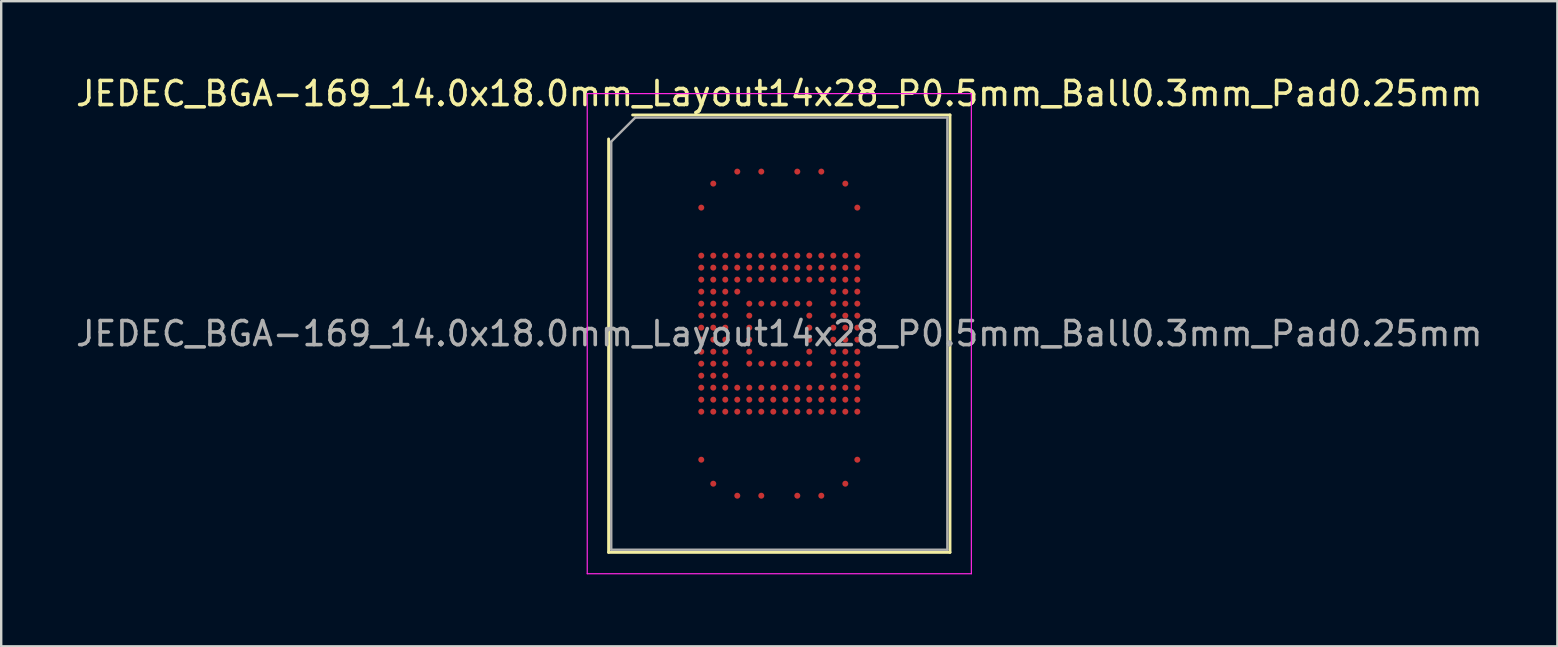
<source format=kicad_pcb>
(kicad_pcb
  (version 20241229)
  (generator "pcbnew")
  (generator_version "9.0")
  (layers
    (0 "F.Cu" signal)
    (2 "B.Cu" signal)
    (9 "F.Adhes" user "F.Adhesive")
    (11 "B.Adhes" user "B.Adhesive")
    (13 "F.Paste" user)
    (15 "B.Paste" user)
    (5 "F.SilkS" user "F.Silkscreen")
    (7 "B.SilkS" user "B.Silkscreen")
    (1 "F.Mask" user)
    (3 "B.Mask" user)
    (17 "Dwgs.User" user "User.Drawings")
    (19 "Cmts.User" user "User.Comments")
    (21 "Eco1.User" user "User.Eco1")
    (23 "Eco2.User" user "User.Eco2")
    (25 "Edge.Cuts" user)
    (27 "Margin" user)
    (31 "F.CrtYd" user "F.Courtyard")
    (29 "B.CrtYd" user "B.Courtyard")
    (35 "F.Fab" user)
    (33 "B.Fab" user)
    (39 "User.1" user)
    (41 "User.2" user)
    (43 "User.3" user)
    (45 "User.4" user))
  (footprint "JEDEC_BGA-169_14.0x18.0mm_Layout14x28_P0.5mm_Ball0.3mm_Pad0.25mm"
    (layer "F.Cu")
    (at 29.411 10.848)
    (property "Reference" "JEDEC_BGA-169_14.0x18.0mm_Layout14x28_P0.5mm_Ball0.3mm_Pad0.25mm" (at 0 -10 0) (layer "F.SilkS") (effects (font (size 1 1) (thickness 0.15))))
    (attr smd)
    (fp_line (start -7.11 9.11) (end -7.11 -8.11) (stroke (width 0.12) (type solid)) (layer "F.SilkS"))
    (fp_line (start -6.11 -9.11) (end 7.11 -9.11) (stroke (width 0.12) (type solid)) (layer "F.SilkS"))
    (fp_line (start 7.11 -9.11) (end 7.11 9.11) (stroke (width 0.12) (type solid)) (layer "F.SilkS"))
    (fp_line (start 7.11 9.11) (end -7.11 9.11) (stroke (width 0.12) (type solid)) (layer "F.SilkS"))
    (fp_line (start -8 -10) (end -8 10) (stroke (width 0.05) (type solid)) (layer "F.CrtYd"))
    (fp_line (start -8 10) (end 8 10) (stroke (width 0.05) (type solid)) (layer "F.CrtYd"))
    (fp_line (start 8 -10) (end -8 -10) (stroke (width 0.05) (type solid)) (layer "F.CrtYd"))
    (fp_line (start 8 10) (end 8 -10) (stroke (width 0.05) (type solid)) (layer "F.CrtYd"))
    (fp_line (start -7 -8) (end -6 -9) (stroke (width 0.1) (type solid)) (layer "F.Fab"))
    (fp_line (start -7 9) (end -7 -8) (stroke (width 0.1) (type solid)) (layer "F.Fab"))
    (fp_line (start -6 -9) (end 7 -9) (stroke (width 0.1) (type solid)) (layer "F.Fab"))
    (fp_line (start 7 -9) (end 7 9) (stroke (width 0.1) (type solid)) (layer "F.Fab"))
    (fp_line (start 7 9) (end -7 9) (stroke (width 0.1) (type solid)) (layer "F.Fab"))
    (fp_text user "${REFERENCE}" (at 0 0 0) (layer "F.Fab") (effects (font (size 1 1) (thickness 0.15))))
    (pad "A4" smd circle (at -1.75 -6.75) (size 0.25 0.25) (layers "F.Cu" "F.Mask" "F.Paste"))
    (pad "A6" smd circle (at -0.75 -6.75) (size 0.25 0.25) (layers "F.Cu" "F.Mask" "F.Paste"))
    (pad "A9" smd circle (at 0.75 -6.75) (size 0.25 0.25) (layers "F.Cu" "F.Mask" "F.Paste"))
    (pad "A11" smd circle (at 1.75 -6.75) (size 0.25 0.25) (layers "F.Cu" "F.Mask" "F.Paste"))
    (pad "AA1" smd circle (at -3.25 3.25) (size 0.25 0.25) (layers "F.Cu" "F.Mask" "F.Paste"))
    (pad "AA2" smd circle (at -2.75 3.25) (size 0.25 0.25) (layers "F.Cu" "F.Mask" "F.Paste"))
    (pad "AA3" smd circle (at -2.25 3.25) (size 0.25 0.25) (layers "F.Cu" "F.Mask" "F.Paste"))
    (pad "AA4" smd circle (at -1.75 3.25) (size 0.25 0.25) (layers "F.Cu" "F.Mask" "F.Paste"))
    (pad "AA5" smd circle (at -1.25 3.25) (size 0.25 0.25) (layers "F.Cu" "F.Mask" "F.Paste"))
    (pad "AA6" smd circle (at -0.75 3.25) (size 0.25 0.25) (layers "F.Cu" "F.Mask" "F.Paste"))
    (pad "AA7" smd circle (at -0.25 3.25) (size 0.25 0.25) (layers "F.Cu" "F.Mask" "F.Paste"))
    (pad "AA8" smd circle (at 0.25 3.25) (size 0.25 0.25) (layers "F.Cu" "F.Mask" "F.Paste"))
    (pad "AA9" smd circle (at 0.75 3.25) (size 0.25 0.25) (layers "F.Cu" "F.Mask" "F.Paste"))
    (pad "AA10" smd circle (at 1.25 3.25) (size 0.25 0.25) (layers "F.Cu" "F.Mask" "F.Paste"))
    (pad "AA11" smd circle (at 1.75 3.25) (size 0.25 0.25) (layers "F.Cu" "F.Mask" "F.Paste"))
    (pad "AA12" smd circle (at 2.25 3.25) (size 0.25 0.25) (layers "F.Cu" "F.Mask" "F.Paste"))
    (pad "AA13" smd circle (at 2.75 3.25) (size 0.25 0.25) (layers "F.Cu" "F.Mask" "F.Paste"))
    (pad "AA14" smd circle (at 3.25 3.25) (size 0.25 0.25) (layers "F.Cu" "F.Mask" "F.Paste"))
    (pad "AE1" smd circle (at -3.25 5.25) (size 0.25 0.25) (layers "F.Cu" "F.Mask" "F.Paste"))
    (pad "AE14" smd circle (at 3.25 5.25) (size 0.25 0.25) (layers "F.Cu" "F.Mask" "F.Paste"))
    (pad "AG2" smd circle (at -2.75 6.25) (size 0.25 0.25) (layers "F.Cu" "F.Mask" "F.Paste"))
    (pad "AG13" smd circle (at 2.75 6.25) (size 0.25 0.25) (layers "F.Cu" "F.Mask" "F.Paste"))
    (pad "AH4" smd circle (at -1.75 6.75) (size 0.25 0.25) (layers "F.Cu" "F.Mask" "F.Paste"))
    (pad "AH6" smd circle (at -0.75 6.75) (size 0.25 0.25) (layers "F.Cu" "F.Mask" "F.Paste"))
    (pad "AH9" smd circle (at 0.75 6.75) (size 0.25 0.25) (layers "F.Cu" "F.Mask" "F.Paste"))
    (pad "AH11" smd circle (at 1.75 6.75) (size 0.25 0.25) (layers "F.Cu" "F.Mask" "F.Paste"))
    (pad "B2" smd circle (at -2.75 -6.25) (size 0.25 0.25) (layers "F.Cu" "F.Mask" "F.Paste"))
    (pad "B13" smd circle (at 2.75 -6.25) (size 0.25 0.25) (layers "F.Cu" "F.Mask" "F.Paste"))
    (pad "D1" smd circle (at -3.25 -5.25) (size 0.25 0.25) (layers "F.Cu" "F.Mask" "F.Paste"))
    (pad "D14" smd circle (at 3.25 -5.25) (size 0.25 0.25) (layers "F.Cu" "F.Mask" "F.Paste"))
    (pad "H1" smd circle (at -3.25 -3.25) (size 0.25 0.25) (layers "F.Cu" "F.Mask" "F.Paste"))
    (pad "H2" smd circle (at -2.75 -3.25) (size 0.25 0.25) (layers "F.Cu" "F.Mask" "F.Paste"))
    (pad "H3" smd circle (at -2.25 -3.25) (size 0.25 0.25) (layers "F.Cu" "F.Mask" "F.Paste"))
    (pad "H4" smd circle (at -1.75 -3.25) (size 0.25 0.25) (layers "F.Cu" "F.Mask" "F.Paste"))
    (pad "H5" smd circle (at -1.25 -3.25) (size 0.25 0.25) (layers "F.Cu" "F.Mask" "F.Paste"))
    (pad "H6" smd circle (at -0.75 -3.25) (size 0.25 0.25) (layers "F.Cu" "F.Mask" "F.Paste"))
    (pad "H7" smd circle (at -0.25 -3.25) (size 0.25 0.25) (layers "F.Cu" "F.Mask" "F.Paste"))
    (pad "H8" smd circle (at 0.25 -3.25) (size 0.25 0.25) (layers "F.Cu" "F.Mask" "F.Paste"))
    (pad "H9" smd circle (at 0.75 -3.25) (size 0.25 0.25) (layers "F.Cu" "F.Mask" "F.Paste"))
    (pad "H10" smd circle (at 1.25 -3.25) (size 0.25 0.25) (layers "F.Cu" "F.Mask" "F.Paste"))
    (pad "H11" smd circle (at 1.75 -3.25) (size 0.25 0.25) (layers "F.Cu" "F.Mask" "F.Paste"))
    (pad "H12" smd circle (at 2.25 -3.25) (size 0.25 0.25) (layers "F.Cu" "F.Mask" "F.Paste"))
    (pad "H13" smd circle (at 2.75 -3.25) (size 0.25 0.25) (layers "F.Cu" "F.Mask" "F.Paste"))
    (pad "H14" smd circle (at 3.25 -3.25) (size 0.25 0.25) (layers "F.Cu" "F.Mask" "F.Paste"))
    (pad "J1" smd circle (at -3.25 -2.75) (size 0.25 0.25) (layers "F.Cu" "F.Mask" "F.Paste"))
    (pad "J2" smd circle (at -2.75 -2.75) (size 0.25 0.25) (layers "F.Cu" "F.Mask" "F.Paste"))
    (pad "J3" smd circle (at -2.25 -2.75) (size 0.25 0.25) (layers "F.Cu" "F.Mask" "F.Paste"))
    (pad "J4" smd circle (at -1.75 -2.75) (size 0.25 0.25) (layers "F.Cu" "F.Mask" "F.Paste"))
    (pad "J5" smd circle (at -1.25 -2.75) (size 0.25 0.25) (layers "F.Cu" "F.Mask" "F.Paste"))
    (pad "J6" smd circle (at -0.75 -2.75) (size 0.25 0.25) (layers "F.Cu" "F.Mask" "F.Paste"))
    (pad "J7" smd circle (at -0.25 -2.75) (size 0.25 0.25) (layers "F.Cu" "F.Mask" "F.Paste"))
    (pad "J8" smd circle (at 0.25 -2.75) (size 0.25 0.25) (layers "F.Cu" "F.Mask" "F.Paste"))
    (pad "J9" smd circle (at 0.75 -2.75) (size 0.25 0.25) (layers "F.Cu" "F.Mask" "F.Paste"))
    (pad "J10" smd circle (at 1.25 -2.75) (size 0.25 0.25) (layers "F.Cu" "F.Mask" "F.Paste"))
    (pad "J11" smd circle (at 1.75 -2.75) (size 0.25 0.25) (layers "F.Cu" "F.Mask" "F.Paste"))
    (pad "J12" smd circle (at 2.25 -2.75) (size 0.25 0.25) (layers "F.Cu" "F.Mask" "F.Paste"))
    (pad "J13" smd circle (at 2.75 -2.75) (size 0.25 0.25) (layers "F.Cu" "F.Mask" "F.Paste"))
    (pad "J14" smd circle (at 3.25 -2.75) (size 0.25 0.25) (layers "F.Cu" "F.Mask" "F.Paste"))
    (pad "K1" smd circle (at -3.25 -2.25) (size 0.25 0.25) (layers "F.Cu" "F.Mask" "F.Paste"))
    (pad "K2" smd circle (at -2.75 -2.25) (size 0.25 0.25) (layers "F.Cu" "F.Mask" "F.Paste"))
    (pad "K3" smd circle (at -2.25 -2.25) (size 0.25 0.25) (layers "F.Cu" "F.Mask" "F.Paste"))
    (pad "K4" smd circle (at -1.75 -2.25) (size 0.25 0.25) (layers "F.Cu" "F.Mask" "F.Paste"))
    (pad "K5" smd circle (at -1.25 -2.25) (size 0.25 0.25) (layers "F.Cu" "F.Mask" "F.Paste"))
    (pad "K6" smd circle (at -0.75 -2.25) (size 0.25 0.25) (layers "F.Cu" "F.Mask" "F.Paste"))
    (pad "K7" smd circle (at -0.25 -2.25) (size 0.25 0.25) (layers "F.Cu" "F.Mask" "F.Paste"))
    (pad "K8" smd circle (at 0.25 -2.25) (size 0.25 0.25) (layers "F.Cu" "F.Mask" "F.Paste"))
    (pad "K9" smd circle (at 0.75 -2.25) (size 0.25 0.25) (layers "F.Cu" "F.Mask" "F.Paste"))
    (pad "K10" smd circle (at 1.25 -2.25) (size 0.25 0.25) (layers "F.Cu" "F.Mask" "F.Paste"))
    (pad "K11" smd circle (at 1.75 -2.25) (size 0.25 0.25) (layers "F.Cu" "F.Mask" "F.Paste"))
    (pad "K12" smd circle (at 2.25 -2.25) (size 0.25 0.25) (layers "F.Cu" "F.Mask" "F.Paste"))
    (pad "K13" smd circle (at 2.75 -2.25) (size 0.25 0.25) (layers "F.Cu" "F.Mask" "F.Paste"))
    (pad "K14" smd circle (at 3.25 -2.25) (size 0.25 0.25) (layers "F.Cu" "F.Mask" "F.Paste"))
    (pad "L1" smd circle (at -3.25 -1.75) (size 0.25 0.25) (layers "F.Cu" "F.Mask" "F.Paste"))
    (pad "L2" smd circle (at -2.75 -1.75) (size 0.25 0.25) (layers "F.Cu" "F.Mask" "F.Paste"))
    (pad "L3" smd circle (at -2.25 -1.75) (size 0.25 0.25) (layers "F.Cu" "F.Mask" "F.Paste"))
    (pad "L4" smd circle (at -1.75 -1.75) (size 0.25 0.25) (layers "F.Cu" "F.Mask" "F.Paste"))
    (pad "L12" smd circle (at 2.25 -1.75) (size 0.25 0.25) (layers "F.Cu" "F.Mask" "F.Paste"))
    (pad "L13" smd circle (at 2.75 -1.75) (size 0.25 0.25) (layers "F.Cu" "F.Mask" "F.Paste"))
    (pad "L14" smd circle (at 3.25 -1.75) (size 0.25 0.25) (layers "F.Cu" "F.Mask" "F.Paste"))
    (pad "M1" smd circle (at -3.25 -1.25) (size 0.25 0.25) (layers "F.Cu" "F.Mask" "F.Paste"))
    (pad "M2" smd circle (at -2.75 -1.25) (size 0.25 0.25) (layers "F.Cu" "F.Mask" "F.Paste"))
    (pad "M3" smd circle (at -2.25 -1.25) (size 0.25 0.25) (layers "F.Cu" "F.Mask" "F.Paste"))
    (pad "M5" smd circle (at -1.25 -1.25) (size 0.25 0.25) (layers "F.Cu" "F.Mask" "F.Paste"))
    (pad "M6" smd circle (at -0.75 -1.25) (size 0.25 0.25) (layers "F.Cu" "F.Mask" "F.Paste"))
    (pad "M7" smd circle (at -0.25 -1.25) (size 0.25 0.25) (layers "F.Cu" "F.Mask" "F.Paste"))
    (pad "M8" smd circle (at 0.25 -1.25) (size 0.25 0.25) (layers "F.Cu" "F.Mask" "F.Paste"))
    (pad "M9" smd circle (at 0.75 -1.25) (size 0.25 0.25) (layers "F.Cu" "F.Mask" "F.Paste"))
    (pad "M10" smd circle (at 1.25 -1.25) (size 0.25 0.25) (layers "F.Cu" "F.Mask" "F.Paste"))
    (pad "M12" smd circle (at 2.25 -1.25) (size 0.25 0.25) (layers "F.Cu" "F.Mask" "F.Paste"))
    (pad "M13" smd circle (at 2.75 -1.25) (size 0.25 0.25) (layers "F.Cu" "F.Mask" "F.Paste"))
    (pad "M14" smd circle (at 3.25 -1.25) (size 0.25 0.25) (layers "F.Cu" "F.Mask" "F.Paste"))
    (pad "N1" smd circle (at -3.25 -0.75) (size 0.25 0.25) (layers "F.Cu" "F.Mask" "F.Paste"))
    (pad "N2" smd circle (at -2.75 -0.75) (size 0.25 0.25) (layers "F.Cu" "F.Mask" "F.Paste"))
    (pad "N3" smd circle (at -2.25 -0.75) (size 0.25 0.25) (layers "F.Cu" "F.Mask" "F.Paste"))
    (pad "N5" smd circle (at -1.25 -0.75) (size 0.25 0.25) (layers "F.Cu" "F.Mask" "F.Paste"))
    (pad "N10" smd circle (at 1.25 -0.75) (size 0.25 0.25) (layers "F.Cu" "F.Mask" "F.Paste"))
    (pad "N12" smd circle (at 2.25 -0.75) (size 0.25 0.25) (layers "F.Cu" "F.Mask" "F.Paste"))
    (pad "N13" smd circle (at 2.75 -0.75) (size 0.25 0.25) (layers "F.Cu" "F.Mask" "F.Paste"))
    (pad "N14" smd circle (at 3.25 -0.75) (size 0.25 0.25) (layers "F.Cu" "F.Mask" "F.Paste"))
    (pad "P1" smd circle (at -3.25 -0.25) (size 0.25 0.25) (layers "F.Cu" "F.Mask" "F.Paste"))
    (pad "P2" smd circle (at -2.75 -0.25) (size 0.25 0.25) (layers "F.Cu" "F.Mask" "F.Paste"))
    (pad "P3" smd circle (at -2.25 -0.25) (size 0.25 0.25) (layers "F.Cu" "F.Mask" "F.Paste"))
    (pad "P5" smd circle (at -1.25 -0.25) (size 0.25 0.25) (layers "F.Cu" "F.Mask" "F.Paste"))
    (pad "P10" smd circle (at 1.25 -0.25) (size 0.25 0.25) (layers "F.Cu" "F.Mask" "F.Paste"))
    (pad "P12" smd circle (at 2.25 -0.25) (size 0.25 0.25) (layers "F.Cu" "F.Mask" "F.Paste"))
    (pad "P13" smd circle (at 2.75 -0.25) (size 0.25 0.25) (layers "F.Cu" "F.Mask" "F.Paste"))
    (pad "P14" smd circle (at 3.25 -0.25) (size 0.25 0.25) (layers "F.Cu" "F.Mask" "F.Paste"))
    (pad "R1" smd circle (at -3.25 0.25) (size 0.25 0.25) (layers "F.Cu" "F.Mask" "F.Paste"))
    (pad "R2" smd circle (at -2.75 0.25) (size 0.25 0.25) (layers "F.Cu" "F.Mask" "F.Paste"))
    (pad "R3" smd circle (at -2.25 0.25) (size 0.25 0.25) (layers "F.Cu" "F.Mask" "F.Paste"))
    (pad "R5" smd circle (at -1.25 0.25) (size 0.25 0.25) (layers "F.Cu" "F.Mask" "F.Paste"))
    (pad "R10" smd circle (at 1.25 0.25) (size 0.25 0.25) (layers "F.Cu" "F.Mask" "F.Paste"))
    (pad "R12" smd circle (at 2.25 0.25) (size 0.25 0.25) (layers "F.Cu" "F.Mask" "F.Paste"))
    (pad "R13" smd circle (at 2.75 0.25) (size 0.25 0.25) (layers "F.Cu" "F.Mask" "F.Paste"))
    (pad "R14" smd circle (at 3.25 0.25) (size 0.25 0.25) (layers "F.Cu" "F.Mask" "F.Paste"))
    (pad "T1" smd circle (at -3.25 0.75) (size 0.25 0.25) (layers "F.Cu" "F.Mask" "F.Paste"))
    (pad "T2" smd circle (at -2.75 0.75) (size 0.25 0.25) (layers "F.Cu" "F.Mask" "F.Paste"))
    (pad "T3" smd circle (at -2.25 0.75) (size 0.25 0.25) (layers "F.Cu" "F.Mask" "F.Paste"))
    (pad "T5" smd circle (at -1.25 0.75) (size 0.25 0.25) (layers "F.Cu" "F.Mask" "F.Paste"))
    (pad "T10" smd circle (at 1.25 0.75) (size 0.25 0.25) (layers "F.Cu" "F.Mask" "F.Paste"))
    (pad "T12" smd circle (at 2.25 0.75) (size 0.25 0.25) (layers "F.Cu" "F.Mask" "F.Paste"))
    (pad "T13" smd circle (at 2.75 0.75) (size 0.25 0.25) (layers "F.Cu" "F.Mask" "F.Paste"))
    (pad "T14" smd circle (at 3.25 0.75) (size 0.25 0.25) (layers "F.Cu" "F.Mask" "F.Paste"))
    (pad "U1" smd circle (at -3.25 1.25) (size 0.25 0.25) (layers "F.Cu" "F.Mask" "F.Paste"))
    (pad "U2" smd circle (at -2.75 1.25) (size 0.25 0.25) (layers "F.Cu" "F.Mask" "F.Paste"))
    (pad "U3" smd circle (at -2.25 1.25) (size 0.25 0.25) (layers "F.Cu" "F.Mask" "F.Paste"))
    (pad "U5" smd circle (at -1.25 1.25) (size 0.25 0.25) (layers "F.Cu" "F.Mask" "F.Paste"))
    (pad "U6" smd circle (at -0.75 1.25) (size 0.25 0.25) (layers "F.Cu" "F.Mask" "F.Paste"))
    (pad "U7" smd circle (at -0.25 1.25) (size 0.25 0.25) (layers "F.Cu" "F.Mask" "F.Paste"))
    (pad "U8" smd circle (at 0.25 1.25) (size 0.25 0.25) (layers "F.Cu" "F.Mask" "F.Paste"))
    (pad "U9" smd circle (at 0.75 1.25) (size 0.25 0.25) (layers "F.Cu" "F.Mask" "F.Paste"))
    (pad "U10" smd circle (at 1.25 1.25) (size 0.25 0.25) (layers "F.Cu" "F.Mask" "F.Paste"))
    (pad "U12" smd circle (at 2.25 1.25) (size 0.25 0.25) (layers "F.Cu" "F.Mask" "F.Paste"))
    (pad "U13" smd circle (at 2.75 1.25) (size 0.25 0.25) (layers "F.Cu" "F.Mask" "F.Paste"))
    (pad "U14" smd circle (at 3.25 1.25) (size 0.25 0.25) (layers "F.Cu" "F.Mask" "F.Paste"))
    (pad "V1" smd circle (at -3.25 1.75) (size 0.25 0.25) (layers "F.Cu" "F.Mask" "F.Paste"))
    (pad "V2" smd circle (at -2.75 1.75) (size 0.25 0.25) (layers "F.Cu" "F.Mask" "F.Paste"))
    (pad "V3" smd circle (at -2.25 1.75) (size 0.25 0.25) (layers "F.Cu" "F.Mask" "F.Paste"))
    (pad "V12" smd circle (at 2.25 1.75) (size 0.25 0.25) (layers "F.Cu" "F.Mask" "F.Paste"))
    (pad "V13" smd circle (at 2.75 1.75) (size 0.25 0.25) (layers "F.Cu" "F.Mask" "F.Paste"))
    (pad "V14" smd circle (at 3.25 1.75) (size 0.25 0.25) (layers "F.Cu" "F.Mask" "F.Paste"))
    (pad "W1" smd circle (at -3.25 2.25) (size 0.25 0.25) (layers "F.Cu" "F.Mask" "F.Paste"))
    (pad "W2" smd circle (at -2.75 2.25) (size 0.25 0.25) (layers "F.Cu" "F.Mask" "F.Paste"))
    (pad "W3" smd circle (at -2.25 2.25) (size 0.25 0.25) (layers "F.Cu" "F.Mask" "F.Paste"))
    (pad "W4" smd circle (at -1.75 2.25) (size 0.25 0.25) (layers "F.Cu" "F.Mask" "F.Paste"))
    (pad "W5" smd circle (at -1.25 2.25) (size 0.25 0.25) (layers "F.Cu" "F.Mask" "F.Paste"))
    (pad "W6" smd circle (at -0.75 2.25) (size 0.25 0.25) (layers "F.Cu" "F.Mask" "F.Paste"))
    (pad "W7" smd circle (at -0.25 2.25) (size 0.25 0.25) (layers "F.Cu" "F.Mask" "F.Paste"))
    (pad "W8" smd circle (at 0.25 2.25) (size 0.25 0.25) (layers "F.Cu" "F.Mask" "F.Paste"))
    (pad "W9" smd circle (at 0.75 2.25) (size 0.25 0.25) (layers "F.Cu" "F.Mask" "F.Paste"))
    (pad "W10" smd circle (at 1.25 2.25) (size 0.25 0.25) (layers "F.Cu" "F.Mask" "F.Paste"))
    (pad "W11" smd circle (at 1.75 2.25) (size 0.25 0.25) (layers "F.Cu" "F.Mask" "F.Paste"))
    (pad "W12" smd circle (at 2.25 2.25) (size 0.25 0.25) (layers "F.Cu" "F.Mask" "F.Paste"))
    (pad "W13" smd circle (at 2.75 2.25) (size 0.25 0.25) (layers "F.Cu" "F.Mask" "F.Paste"))
    (pad "W14" smd circle (at 3.25 2.25) (size 0.25 0.25) (layers "F.Cu" "F.Mask" "F.Paste"))
    (pad "Y1" smd circle (at -3.25 2.75) (size 0.25 0.25) (layers "F.Cu" "F.Mask" "F.Paste"))
    (pad "Y2" smd circle (at -2.75 2.75) (size 0.25 0.25) (layers "F.Cu" "F.Mask" "F.Paste"))
    (pad "Y3" smd circle (at -2.25 2.75) (size 0.25 0.25) (layers "F.Cu" "F.Mask" "F.Paste"))
    (pad "Y4" smd circle (at -1.75 2.75) (size 0.25 0.25) (layers "F.Cu" "F.Mask" "F.Paste"))
    (pad "Y5" smd circle (at -1.25 2.75) (size 0.25 0.25) (layers "F.Cu" "F.Mask" "F.Paste"))
    (pad "Y6" smd circle (at -0.75 2.75) (size 0.25 0.25) (layers "F.Cu" "F.Mask" "F.Paste"))
    (pad "Y7" smd circle (at -0.25 2.75) (size 0.25 0.25) (layers "F.Cu" "F.Mask" "F.Paste"))
    (pad "Y8" smd circle (at 0.25 2.75) (size 0.25 0.25) (layers "F.Cu" "F.Mask" "F.Paste"))
    (pad "Y9" smd circle (at 0.75 2.75) (size 0.25 0.25) (layers "F.Cu" "F.Mask" "F.Paste"))
    (pad "Y10" smd circle (at 1.25 2.75) (size 0.25 0.25) (layers "F.Cu" "F.Mask" "F.Paste"))
    (pad "Y11" smd circle (at 1.75 2.75) (size 0.25 0.25) (layers "F.Cu" "F.Mask" "F.Paste"))
    (pad "Y12" smd circle (at 2.25 2.75) (size 0.25 0.25) (layers "F.Cu" "F.Mask" "F.Paste"))
    (pad "Y13" smd circle (at 2.75 2.75) (size 0.25 0.25) (layers "F.Cu" "F.Mask" "F.Paste"))
    (pad "Y14" smd circle (at 3.25 2.75) (size 0.25 0.25) (layers "F.Cu" "F.Mask" "F.Paste")))
  (gr_rect
    (start -3 -3)
    (end 61.821 23.873)
    (stroke (width 0.1) (type default))
    (fill no)
    (layer "Edge.Cuts")))
</source>
